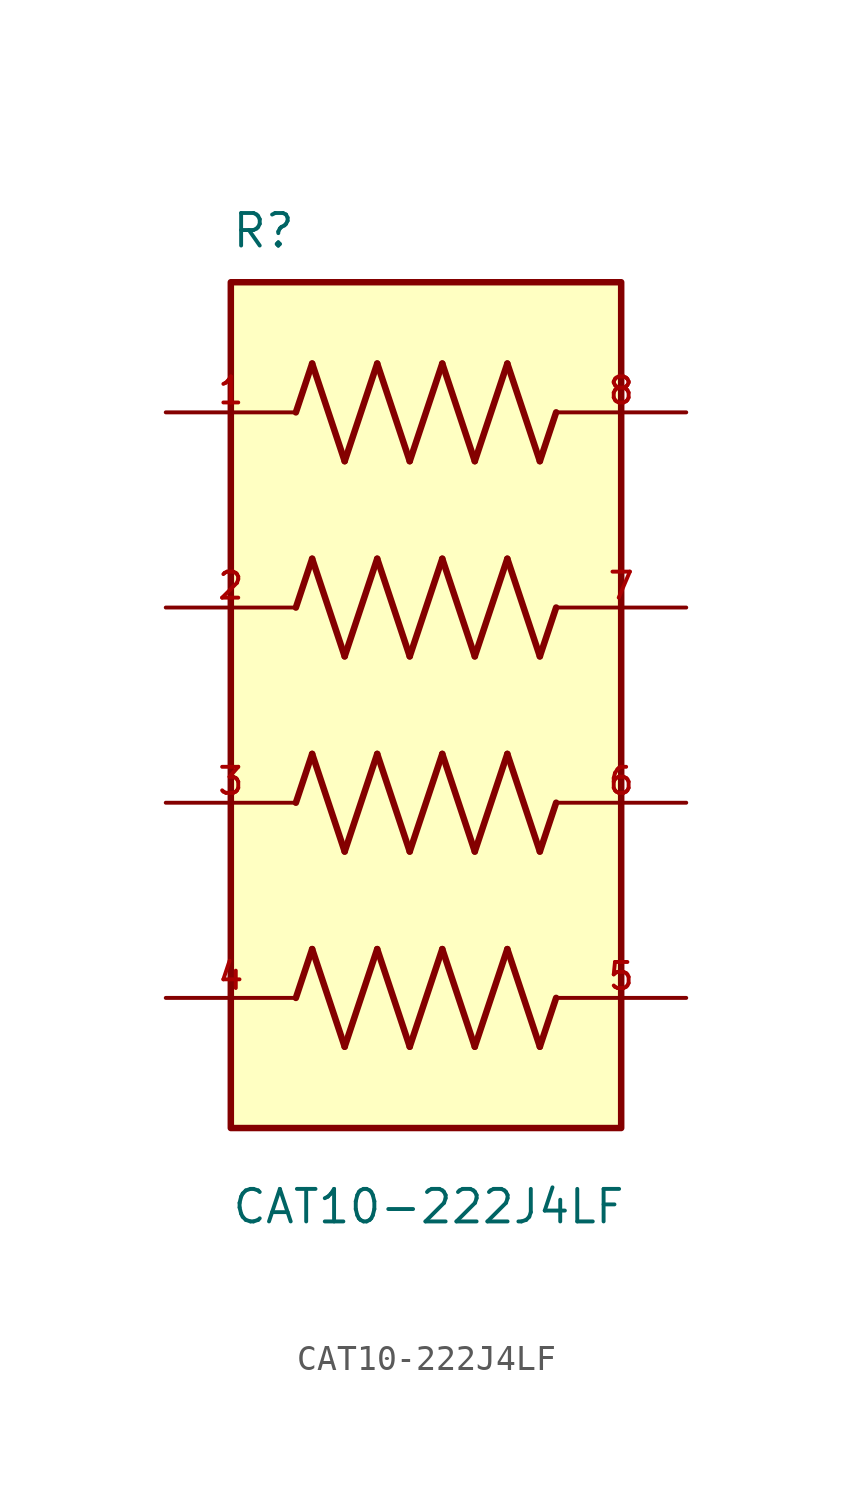
<source format=kicad_sym>
(kicad_symbol_lib
  (version 20211014)
  (generator kicad_symbol_editor)
  (symbol "CAT10-222J4LF"
    (pin_names
      (offset 1.016))
    (property "Reference" "R"
      (at -7.62 16.51 0)
      (effects (font (size 1.27 1.27)) (justify bottom left)))
    (property "Value" "CAT10-222J4LF"
      (at -7.62 -21.59 0)
      (effects (font (size 1.27 1.27)) (justify bottom left)))
    (symbol "CAT10-222J4LF_0_0"
      (polyline (pts (xy -5.08 10.16) (xy -4.445 12.065)) (stroke (width 0.254)))
      (polyline (pts (xy -4.445 12.065) (xy -3.175 8.255)) (stroke (width 0.254)))
      (polyline (pts (xy -3.175 8.255) (xy -1.905 12.065)) (stroke (width 0.254)))
      (polyline (pts (xy -1.905 12.065) (xy -0.635 8.255)) (stroke (width 0.254)))
      (polyline (pts (xy -0.635 8.255) (xy 0.635 12.065)) (stroke (width 0.254)))
      (polyline (pts (xy 0.635 12.065) (xy 1.905 8.255)) (stroke (width 0.254)))
      (polyline (pts (xy 1.905 8.255) (xy 3.175 12.065)) (stroke (width 0.254)))
      (polyline (pts (xy 3.175 12.065) (xy 4.445 8.255)) (stroke (width 0.254)))
      (polyline (pts (xy 4.445 8.255) (xy 5.08 10.16)) (stroke (width 0.254)))
      (polyline (pts (xy -5.08 2.54) (xy -4.445 4.445)) (stroke (width 0.254)))
      (polyline (pts (xy -4.445 4.445) (xy -3.175 0.635)) (stroke (width 0.254)))
      (polyline (pts (xy -3.175 0.635) (xy -1.905 4.445)) (stroke (width 0.254)))
      (polyline (pts (xy -1.905 4.445) (xy -0.635 0.635)) (stroke (width 0.254)))
      (polyline (pts (xy -0.635 0.635) (xy 0.635 4.445)) (stroke (width 0.254)))
      (polyline (pts (xy 0.635 4.445) (xy 1.905 0.635)) (stroke (width 0.254)))
      (polyline (pts (xy 1.905 0.635) (xy 3.175 4.445)) (stroke (width 0.254)))
      (polyline (pts (xy 3.175 4.445) (xy 4.445 0.635)) (stroke (width 0.254)))
      (polyline (pts (xy 4.445 0.635) (xy 5.08 2.54)) (stroke (width 0.254)))
      (polyline (pts (xy -5.08 -5.08) (xy -4.445 -3.175)) (stroke (width 0.254)))
      (polyline (pts (xy -4.445 -3.175) (xy -3.175 -6.985)) (stroke (width 0.254)))
      (polyline (pts (xy -3.175 -6.985) (xy -1.905 -3.175)) (stroke (width 0.254)))
      (polyline (pts (xy -1.905 -3.175) (xy -0.635 -6.985)) (stroke (width 0.254)))
      (polyline (pts (xy -0.635 -6.985) (xy 0.635 -3.175)) (stroke (width 0.254)))
      (polyline (pts (xy 0.635 -3.175) (xy 1.905 -6.985)) (stroke (width 0.254)))
      (polyline (pts (xy 1.905 -6.985) (xy 3.175 -3.175)) (stroke (width 0.254)))
      (polyline (pts (xy 3.175 -3.175) (xy 4.445 -6.985)) (stroke (width 0.254)))
      (polyline (pts (xy 4.445 -6.985) (xy 5.08 -5.08)) (stroke (width 0.254)))
      (polyline (pts (xy -5.08 -12.7) (xy -4.445 -10.795)) (stroke (width 0.254)))
      (polyline (pts (xy -4.445 -10.795) (xy -3.175 -14.605)) (stroke (width 0.254)))
      (polyline (pts (xy -3.175 -14.605) (xy -1.905 -10.795)) (stroke (width 0.254)))
      (polyline (pts (xy -1.905 -10.795) (xy -0.635 -14.605)) (stroke (width 0.254)))
      (polyline (pts (xy -0.635 -14.605) (xy 0.635 -10.795)) (stroke (width 0.254)))
      (polyline (pts (xy 0.635 -10.795) (xy 1.905 -14.605)) (stroke (width 0.254)))
      (polyline (pts (xy 1.905 -14.605) (xy 3.175 -10.795)) (stroke (width 0.254)))
      (polyline (pts (xy 3.175 -10.795) (xy 4.445 -14.605)) (stroke (width 0.254)))
      (polyline (pts (xy 4.445 -14.605) (xy 5.08 -12.7)) (stroke (width 0.254)))
      (rectangle (start -7.62 -17.78) (end 7.62 15.24) (stroke (width 0.254)) (fill (type background)))
      (pin passive line (at -10.16 10.16 0) (length 5.08) (name "~" (effects (font (size 1.016 1.016)))) (number "1" (effects (font (size 1.016 1.016)))))
      (pin passive line (at -10.16 2.54 0) (length 5.08) (name "~" (effects (font (size 1.016 1.016)))) (number "2" (effects (font (size 1.016 1.016)))))
      (pin passive line (at -10.16 -5.08 0) (length 5.08) (name "~" (effects (font (size 1.016 1.016)))) (number "3" (effects (font (size 1.016 1.016)))))
      (pin passive line (at -10.16 -12.7 0) (length 5.08) (name "~" (effects (font (size 1.016 1.016)))) (number "4" (effects (font (size 1.016 1.016)))))
      (pin passive line (at 10.16 -12.7 180.0) (length 5.08) (name "~" (effects (font (size 1.016 1.016)))) (number "5" (effects (font (size 1.016 1.016)))))
      (pin passive line (at 10.16 -5.08 180.0) (length 5.08) (name "~" (effects (font (size 1.016 1.016)))) (number "6" (effects (font (size 1.016 1.016)))))
      (pin passive line (at 10.16 2.54 180.0) (length 5.08) (name "~" (effects (font (size 1.016 1.016)))) (number "7" (effects (font (size 1.016 1.016)))))
      (pin passive line (at 10.16 10.16 180.0) (length 5.08) (name "~" (effects (font (size 1.016 1.016)))) (number "8" (effects (font (size 1.016 1.016))))))))
</source>
